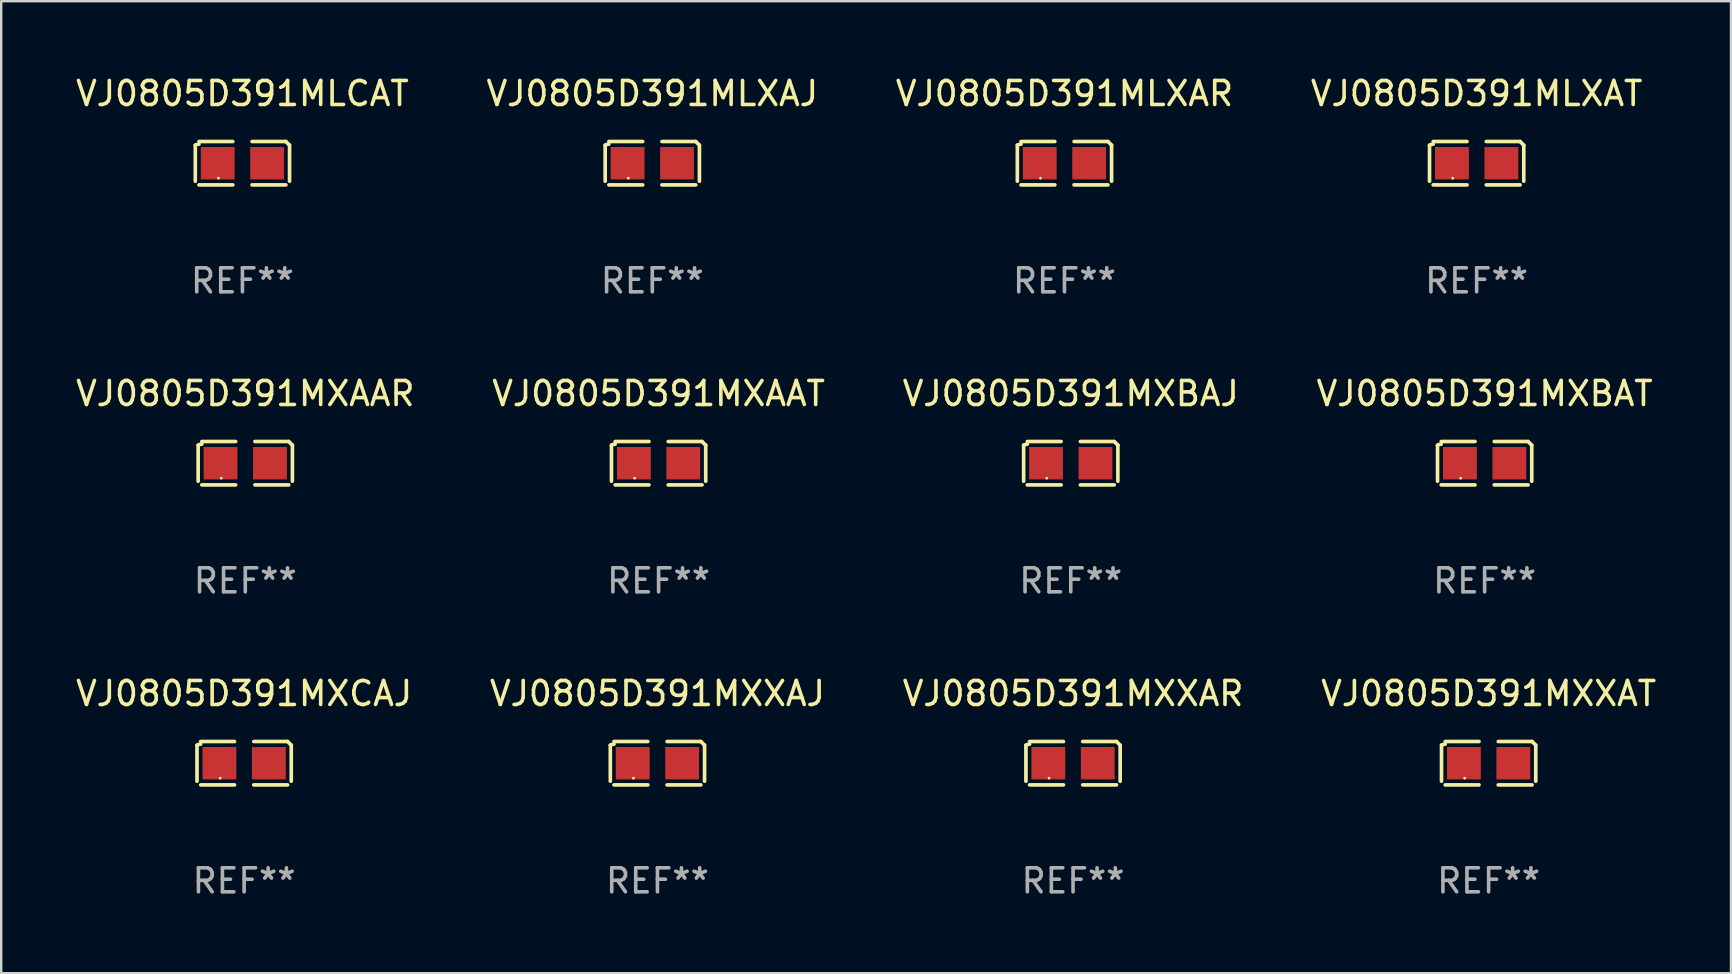
<source format=kicad_pcb>
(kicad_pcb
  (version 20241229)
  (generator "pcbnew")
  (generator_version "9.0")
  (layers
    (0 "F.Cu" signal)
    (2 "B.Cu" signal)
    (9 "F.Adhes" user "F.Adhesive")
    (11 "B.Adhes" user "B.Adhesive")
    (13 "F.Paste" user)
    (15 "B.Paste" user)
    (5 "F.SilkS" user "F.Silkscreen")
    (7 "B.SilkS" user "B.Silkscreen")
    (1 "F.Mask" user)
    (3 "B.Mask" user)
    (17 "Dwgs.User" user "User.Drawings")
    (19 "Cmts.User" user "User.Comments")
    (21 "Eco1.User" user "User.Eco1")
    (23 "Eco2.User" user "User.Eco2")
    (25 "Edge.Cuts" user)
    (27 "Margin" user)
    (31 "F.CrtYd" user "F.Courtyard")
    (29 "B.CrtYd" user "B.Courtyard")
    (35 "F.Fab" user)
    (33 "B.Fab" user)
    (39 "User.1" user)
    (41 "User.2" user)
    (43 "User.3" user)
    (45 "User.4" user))
  (footprint "VJ0805D391MXBAJ"
    (layer "F.Cu")
    (at 41.577 16.256)
    (property "Reference" "VJ0805D391MXBAJ" (at 0 -2.904 0) (layer "F.SilkS") (effects (font (size 1 1) (thickness 0.15))))
    (attr through_hole)
    (fp_line (start -1.964 0.751) (end -1.964 -0.751) (stroke (width 0.152) (type solid)) (layer "F.SilkS"))
    (fp_line (start -1.811 -0.904) (end -0.401 -0.904) (stroke (width 0.152) (type solid)) (layer "F.SilkS"))
    (fp_line (start -0.401 0.904) (end -1.811 0.904) (stroke (width 0.152) (type solid)) (layer "F.SilkS"))
    (fp_line (start 0.401 0.904) (end 1.811 0.904) (stroke (width 0.152) (type solid)) (layer "F.SilkS"))
    (fp_line (start 1.811 -0.904) (end 0.401 -0.904) (stroke (width 0.152) (type solid)) (layer "F.SilkS"))
    (fp_line (start 1.964 0.751) (end 1.964 -0.751) (stroke (width 0.152) (type solid)) (layer "F.SilkS"))
    (fp_arc (start -1.963602 -0.751207) (mid -1.890354 -0.783131) (end -1.811201 -0.794044) (stroke (width 0.1524) (type solid)) (layer "F.SilkS"))
    (fp_arc (start 1.811202 -0.903607) (mid 1.887413 -0.827418) (end 1.963602 -0.751207) (stroke (width 0.1524) (type solid)) (layer "F.SilkS"))
    (fp_circle (center -1 0.625) (end -0.97 0.625) (stroke (width 0.06) (type solid)) (fill no) (layer "F.SilkS"))
    (fp_text user "REF**" (at 0 4.904 0) (layer "F.Fab") (effects (font (size 1 1) (thickness 0.15))))
    (pad "1" smd rect (at -1.03 0) (size 1.41 1.35) (layers "F.Cu" "F.Mask" "F.Paste"))
    (pad "2" smd rect (at 1.03 0) (size 1.41 1.35) (layers "F.Cu" "F.Mask" "F.Paste")))
  (footprint "VJ0805D391MXCAJ"
    (layer "F.Cu")
    (at 7.125 28.759)
    (property "Reference" "VJ0805D391MXCAJ" (at 0 -2.904 0) (layer "F.SilkS") (effects (font (size 1 1) (thickness 0.15))))
    (attr through_hole)
    (fp_line (start -1.964 0.751) (end -1.964 -0.751) (stroke (width 0.152) (type solid)) (layer "F.SilkS"))
    (fp_line (start -1.811 -0.904) (end -0.401 -0.904) (stroke (width 0.152) (type solid)) (layer "F.SilkS"))
    (fp_line (start -0.401 0.904) (end -1.811 0.904) (stroke (width 0.152) (type solid)) (layer "F.SilkS"))
    (fp_line (start 0.401 0.904) (end 1.811 0.904) (stroke (width 0.152) (type solid)) (layer "F.SilkS"))
    (fp_line (start 1.811 -0.904) (end 0.401 -0.904) (stroke (width 0.152) (type solid)) (layer "F.SilkS"))
    (fp_line (start 1.964 0.751) (end 1.964 -0.751) (stroke (width 0.152) (type solid)) (layer "F.SilkS"))
    (fp_arc (start -1.963602 -0.751207) (mid -1.890354 -0.783131) (end -1.811201 -0.794044) (stroke (width 0.1524) (type solid)) (layer "F.SilkS"))
    (fp_arc (start 1.811202 -0.903607) (mid 1.887413 -0.827418) (end 1.963602 -0.751207) (stroke (width 0.1524) (type solid)) (layer "F.SilkS"))
    (fp_circle (center -1 0.625) (end -0.97 0.625) (stroke (width 0.06) (type solid)) (fill no) (layer "F.SilkS"))
    (fp_text user "REF**" (at 0 4.904 0) (layer "F.Fab") (effects (font (size 1 1) (thickness 0.15))))
    (pad "1" smd rect (at -1.03 0) (size 1.41 1.35) (layers "F.Cu" "F.Mask" "F.Paste"))
    (pad "2" smd rect (at 1.03 0) (size 1.41 1.35) (layers "F.Cu" "F.Mask" "F.Paste")))
  (footprint "VJ0805D391MXXAT"
    (layer "F.Cu")
    (at 58.994 28.759)
    (property "Reference" "VJ0805D391MXXAT" (at 0 -2.904 0) (layer "F.SilkS") (effects (font (size 1 1) (thickness 0.15))))
    (attr through_hole)
    (fp_line (start -1.964 0.751) (end -1.964 -0.751) (stroke (width 0.152) (type solid)) (layer "F.SilkS"))
    (fp_line (start -1.811 -0.904) (end -0.401 -0.904) (stroke (width 0.152) (type solid)) (layer "F.SilkS"))
    (fp_line (start -0.401 0.904) (end -1.811 0.904) (stroke (width 0.152) (type solid)) (layer "F.SilkS"))
    (fp_line (start 0.401 0.904) (end 1.811 0.904) (stroke (width 0.152) (type solid)) (layer "F.SilkS"))
    (fp_line (start 1.811 -0.904) (end 0.401 -0.904) (stroke (width 0.152) (type solid)) (layer "F.SilkS"))
    (fp_line (start 1.964 0.751) (end 1.964 -0.751) (stroke (width 0.152) (type solid)) (layer "F.SilkS"))
    (fp_arc (start -1.963602 -0.751207) (mid -1.890354 -0.783131) (end -1.811201 -0.794044) (stroke (width 0.1524) (type solid)) (layer "F.SilkS"))
    (fp_arc (start 1.811202 -0.903607) (mid 1.887413 -0.827418) (end 1.963602 -0.751207) (stroke (width 0.1524) (type solid)) (layer "F.SilkS"))
    (fp_circle (center -1 0.625) (end -0.97 0.625) (stroke (width 0.06) (type solid)) (fill no) (layer "F.SilkS"))
    (fp_text user "REF**" (at 0 4.904 0) (layer "F.Fab") (effects (font (size 1 1) (thickness 0.15))))
    (pad "1" smd rect (at -1.03 0) (size 1.41 1.35) (layers "F.Cu" "F.Mask" "F.Paste"))
    (pad "2" smd rect (at 1.03 0) (size 1.41 1.35) (layers "F.Cu" "F.Mask" "F.Paste")))
  (footprint "VJ0805D391MXXAJ"
    (layer "F.Cu")
    (at 24.351 28.759)
    (property "Reference" "VJ0805D391MXXAJ" (at 0 -2.904 0) (layer "F.SilkS") (effects (font (size 1 1) (thickness 0.15))))
    (attr through_hole)
    (fp_line (start -1.964 0.751) (end -1.964 -0.751) (stroke (width 0.152) (type solid)) (layer "F.SilkS"))
    (fp_line (start -1.811 -0.904) (end -0.401 -0.904) (stroke (width 0.152) (type solid)) (layer "F.SilkS"))
    (fp_line (start -0.401 0.904) (end -1.811 0.904) (stroke (width 0.152) (type solid)) (layer "F.SilkS"))
    (fp_line (start 0.401 0.904) (end 1.811 0.904) (stroke (width 0.152) (type solid)) (layer "F.SilkS"))
    (fp_line (start 1.811 -0.904) (end 0.401 -0.904) (stroke (width 0.152) (type solid)) (layer "F.SilkS"))
    (fp_line (start 1.964 0.751) (end 1.964 -0.751) (stroke (width 0.152) (type solid)) (layer "F.SilkS"))
    (fp_arc (start -1.963602 -0.751207) (mid -1.890354 -0.783131) (end -1.811201 -0.794044) (stroke (width 0.1524) (type solid)) (layer "F.SilkS"))
    (fp_arc (start 1.811202 -0.903607) (mid 1.887413 -0.827418) (end 1.963602 -0.751207) (stroke (width 0.1524) (type solid)) (layer "F.SilkS"))
    (fp_circle (center -1 0.625) (end -0.97 0.625) (stroke (width 0.06) (type solid)) (fill no) (layer "F.SilkS"))
    (fp_text user "REF**" (at 0 4.904 0) (layer "F.Fab") (effects (font (size 1 1) (thickness 0.15))))
    (pad "1" smd rect (at -1.03 0) (size 1.41 1.35) (layers "F.Cu" "F.Mask" "F.Paste"))
    (pad "2" smd rect (at 1.03 0) (size 1.41 1.35) (layers "F.Cu" "F.Mask" "F.Paste")))
  (footprint "VJ0805D391MLXAR"
    (layer "F.Cu")
    (at 41.315 3.752)
    (property "Reference" "VJ0805D391MLXAR" (at 0 -2.904 0) (layer "F.SilkS") (effects (font (size 1 1) (thickness 0.15))))
    (attr through_hole)
    (fp_line (start -1.964 0.751) (end -1.964 -0.751) (stroke (width 0.152) (type solid)) (layer "F.SilkS"))
    (fp_line (start -1.811 -0.904) (end -0.401 -0.904) (stroke (width 0.152) (type solid)) (layer "F.SilkS"))
    (fp_line (start -0.401 0.904) (end -1.811 0.904) (stroke (width 0.152) (type solid)) (layer "F.SilkS"))
    (fp_line (start 0.401 0.904) (end 1.811 0.904) (stroke (width 0.152) (type solid)) (layer "F.SilkS"))
    (fp_line (start 1.811 -0.904) (end 0.401 -0.904) (stroke (width 0.152) (type solid)) (layer "F.SilkS"))
    (fp_line (start 1.964 0.751) (end 1.964 -0.751) (stroke (width 0.152) (type solid)) (layer "F.SilkS"))
    (fp_arc (start -1.963602 -0.751207) (mid -1.890354 -0.783131) (end -1.811201 -0.794044) (stroke (width 0.1524) (type solid)) (layer "F.SilkS"))
    (fp_arc (start 1.811202 -0.903607) (mid 1.887413 -0.827418) (end 1.963602 -0.751207) (stroke (width 0.1524) (type solid)) (layer "F.SilkS"))
    (fp_circle (center -1 0.625) (end -0.97 0.625) (stroke (width 0.06) (type solid)) (fill no) (layer "F.SilkS"))
    (fp_text user "REF**" (at 0 4.904 0) (layer "F.Fab") (effects (font (size 1 1) (thickness 0.15))))
    (pad "1" smd rect (at -1.03 0) (size 1.41 1.35) (layers "F.Cu" "F.Mask" "F.Paste"))
    (pad "2" smd rect (at 1.03 0) (size 1.41 1.35) (layers "F.Cu" "F.Mask" "F.Paste")))
  (footprint "VJ0805D391MLCAT"
    (layer "F.Cu")
    (at 7.054 3.752)
    (property "Reference" "VJ0805D391MLCAT" (at 0 -2.904 0) (layer "F.SilkS") (effects (font (size 1 1) (thickness 0.15))))
    (attr through_hole)
    (fp_line (start -1.964 0.751) (end -1.964 -0.751) (stroke (width 0.152) (type solid)) (layer "F.SilkS"))
    (fp_line (start -1.811 -0.904) (end -0.401 -0.904) (stroke (width 0.152) (type solid)) (layer "F.SilkS"))
    (fp_line (start -0.401 0.904) (end -1.811 0.904) (stroke (width 0.152) (type solid)) (layer "F.SilkS"))
    (fp_line (start 0.401 0.904) (end 1.811 0.904) (stroke (width 0.152) (type solid)) (layer "F.SilkS"))
    (fp_line (start 1.811 -0.904) (end 0.401 -0.904) (stroke (width 0.152) (type solid)) (layer "F.SilkS"))
    (fp_line (start 1.964 0.751) (end 1.964 -0.751) (stroke (width 0.152) (type solid)) (layer "F.SilkS"))
    (fp_arc (start -1.963602 -0.751207) (mid -1.890354 -0.783131) (end -1.811201 -0.794044) (stroke (width 0.1524) (type solid)) (layer "F.SilkS"))
    (fp_arc (start 1.811202 -0.903607) (mid 1.887413 -0.827418) (end 1.963602 -0.751207) (stroke (width 0.1524) (type solid)) (layer "F.SilkS"))
    (fp_circle (center -1 0.625) (end -0.97 0.625) (stroke (width 0.06) (type solid)) (fill no) (layer "F.SilkS"))
    (fp_text user "REF**" (at 0 4.904 0) (layer "F.Fab") (effects (font (size 1 1) (thickness 0.15))))
    (pad "1" smd rect (at -1.03 0) (size 1.41 1.35) (layers "F.Cu" "F.Mask" "F.Paste"))
    (pad "2" smd rect (at 1.03 0) (size 1.41 1.35) (layers "F.Cu" "F.Mask" "F.Paste")))
  (footprint "VJ0805D391MXAAT"
    (layer "F.Cu")
    (at 24.399 16.256)
    (property "Reference" "VJ0805D391MXAAT" (at 0 -2.904 0) (layer "F.SilkS") (effects (font (size 1 1) (thickness 0.15))))
    (attr through_hole)
    (fp_line (start -1.964 0.751) (end -1.964 -0.751) (stroke (width 0.152) (type solid)) (layer "F.SilkS"))
    (fp_line (start -1.811 -0.904) (end -0.401 -0.904) (stroke (width 0.152) (type solid)) (layer "F.SilkS"))
    (fp_line (start -0.401 0.904) (end -1.811 0.904) (stroke (width 0.152) (type solid)) (layer "F.SilkS"))
    (fp_line (start 0.401 0.904) (end 1.811 0.904) (stroke (width 0.152) (type solid)) (layer "F.SilkS"))
    (fp_line (start 1.811 -0.904) (end 0.401 -0.904) (stroke (width 0.152) (type solid)) (layer "F.SilkS"))
    (fp_line (start 1.964 0.751) (end 1.964 -0.751) (stroke (width 0.152) (type solid)) (layer "F.SilkS"))
    (fp_arc (start -1.963602 -0.751207) (mid -1.890354 -0.783131) (end -1.811201 -0.794044) (stroke (width 0.1524) (type solid)) (layer "F.SilkS"))
    (fp_arc (start 1.811202 -0.903607) (mid 1.887413 -0.827418) (end 1.963602 -0.751207) (stroke (width 0.1524) (type solid)) (layer "F.SilkS"))
    (fp_circle (center -1 0.625) (end -0.97 0.625) (stroke (width 0.06) (type solid)) (fill no) (layer "F.SilkS"))
    (fp_text user "REF**" (at 0 4.904 0) (layer "F.Fab") (effects (font (size 1 1) (thickness 0.15))))
    (pad "1" smd rect (at -1.03 0) (size 1.41 1.35) (layers "F.Cu" "F.Mask" "F.Paste"))
    (pad "2" smd rect (at 1.03 0) (size 1.41 1.35) (layers "F.Cu" "F.Mask" "F.Paste")))
  (footprint "VJ0805D391MLXAT"
    (layer "F.Cu")
    (at 58.494 3.752)
    (property "Reference" "VJ0805D391MLXAT" (at 0 -2.904 0) (layer "F.SilkS") (effects (font (size 1 1) (thickness 0.15))))
    (attr through_hole)
    (fp_line (start -1.964 0.751) (end -1.964 -0.751) (stroke (width 0.152) (type solid)) (layer "F.SilkS"))
    (fp_line (start -1.811 -0.904) (end -0.401 -0.904) (stroke (width 0.152) (type solid)) (layer "F.SilkS"))
    (fp_line (start -0.401 0.904) (end -1.811 0.904) (stroke (width 0.152) (type solid)) (layer "F.SilkS"))
    (fp_line (start 0.401 0.904) (end 1.811 0.904) (stroke (width 0.152) (type solid)) (layer "F.SilkS"))
    (fp_line (start 1.811 -0.904) (end 0.401 -0.904) (stroke (width 0.152) (type solid)) (layer "F.SilkS"))
    (fp_line (start 1.964 0.751) (end 1.964 -0.751) (stroke (width 0.152) (type solid)) (layer "F.SilkS"))
    (fp_arc (start -1.963602 -0.751207) (mid -1.890354 -0.783131) (end -1.811201 -0.794044) (stroke (width 0.1524) (type solid)) (layer "F.SilkS"))
    (fp_arc (start 1.811202 -0.903607) (mid 1.887413 -0.827418) (end 1.963602 -0.751207) (stroke (width 0.1524) (type solid)) (layer "F.SilkS"))
    (fp_circle (center -1 0.625) (end -0.97 0.625) (stroke (width 0.06) (type solid)) (fill no) (layer "F.SilkS"))
    (fp_text user "REF**" (at 0 4.904 0) (layer "F.Fab") (effects (font (size 1 1) (thickness 0.15))))
    (pad "1" smd rect (at -1.03 0) (size 1.41 1.35) (layers "F.Cu" "F.Mask" "F.Paste"))
    (pad "2" smd rect (at 1.03 0) (size 1.41 1.35) (layers "F.Cu" "F.Mask" "F.Paste")))
  (footprint "VJ0805D391MLXAJ"
    (layer "F.Cu")
    (at 24.137 3.752)
    (property "Reference" "VJ0805D391MLXAJ" (at 0 -2.904 0) (layer "F.SilkS") (effects (font (size 1 1) (thickness 0.15))))
    (attr through_hole)
    (fp_line (start -1.964 0.751) (end -1.964 -0.751) (stroke (width 0.152) (type solid)) (layer "F.SilkS"))
    (fp_line (start -1.811 -0.904) (end -0.401 -0.904) (stroke (width 0.152) (type solid)) (layer "F.SilkS"))
    (fp_line (start -0.401 0.904) (end -1.811 0.904) (stroke (width 0.152) (type solid)) (layer "F.SilkS"))
    (fp_line (start 0.401 0.904) (end 1.811 0.904) (stroke (width 0.152) (type solid)) (layer "F.SilkS"))
    (fp_line (start 1.811 -0.904) (end 0.401 -0.904) (stroke (width 0.152) (type solid)) (layer "F.SilkS"))
    (fp_line (start 1.964 0.751) (end 1.964 -0.751) (stroke (width 0.152) (type solid)) (layer "F.SilkS"))
    (fp_arc (start -1.963602 -0.751207) (mid -1.890354 -0.783131) (end -1.811201 -0.794044) (stroke (width 0.1524) (type solid)) (layer "F.SilkS"))
    (fp_arc (start 1.811202 -0.903607) (mid 1.887413 -0.827418) (end 1.963602 -0.751207) (stroke (width 0.1524) (type solid)) (layer "F.SilkS"))
    (fp_circle (center -1 0.625) (end -0.97 0.625) (stroke (width 0.06) (type solid)) (fill no) (layer "F.SilkS"))
    (fp_text user "REF**" (at 0 4.904 0) (layer "F.Fab") (effects (font (size 1 1) (thickness 0.15))))
    (pad "1" smd rect (at -1.03 0) (size 1.41 1.35) (layers "F.Cu" "F.Mask" "F.Paste"))
    (pad "2" smd rect (at 1.03 0) (size 1.41 1.35) (layers "F.Cu" "F.Mask" "F.Paste")))
  (footprint "VJ0805D391MXXAR"
    (layer "F.Cu")
    (at 41.673 28.759)
    (property "Reference" "VJ0805D391MXXAR" (at 0 -2.904 0) (layer "F.SilkS") (effects (font (size 1 1) (thickness 0.15))))
    (attr through_hole)
    (fp_line (start -1.964 0.751) (end -1.964 -0.751) (stroke (width 0.152) (type solid)) (layer "F.SilkS"))
    (fp_line (start -1.811 -0.904) (end -0.401 -0.904) (stroke (width 0.152) (type solid)) (layer "F.SilkS"))
    (fp_line (start -0.401 0.904) (end -1.811 0.904) (stroke (width 0.152) (type solid)) (layer "F.SilkS"))
    (fp_line (start 0.401 0.904) (end 1.811 0.904) (stroke (width 0.152) (type solid)) (layer "F.SilkS"))
    (fp_line (start 1.811 -0.904) (end 0.401 -0.904) (stroke (width 0.152) (type solid)) (layer "F.SilkS"))
    (fp_line (start 1.964 0.751) (end 1.964 -0.751) (stroke (width 0.152) (type solid)) (layer "F.SilkS"))
    (fp_arc (start -1.963602 -0.751207) (mid -1.890354 -0.783131) (end -1.811201 -0.794044) (stroke (width 0.1524) (type solid)) (layer "F.SilkS"))
    (fp_arc (start 1.811202 -0.903607) (mid 1.887413 -0.827418) (end 1.963602 -0.751207) (stroke (width 0.1524) (type solid)) (layer "F.SilkS"))
    (fp_circle (center -1 0.625) (end -0.97 0.625) (stroke (width 0.06) (type solid)) (fill no) (layer "F.SilkS"))
    (fp_text user "REF**" (at 0 4.904 0) (layer "F.Fab") (effects (font (size 1 1) (thickness 0.15))))
    (pad "1" smd rect (at -1.03 0) (size 1.41 1.35) (layers "F.Cu" "F.Mask" "F.Paste"))
    (pad "2" smd rect (at 1.03 0) (size 1.41 1.35) (layers "F.Cu" "F.Mask" "F.Paste")))
  (footprint "VJ0805D391MXAAR"
    (layer "F.Cu")
    (at 7.173 16.256)
    (property "Reference" "VJ0805D391MXAAR" (at 0 -2.904 0) (layer "F.SilkS") (effects (font (size 1 1) (thickness 0.15))))
    (attr through_hole)
    (fp_line (start -1.964 0.751) (end -1.964 -0.751) (stroke (width 0.152) (type solid)) (layer "F.SilkS"))
    (fp_line (start -1.811 -0.904) (end -0.401 -0.904) (stroke (width 0.152) (type solid)) (layer "F.SilkS"))
    (fp_line (start -0.401 0.904) (end -1.811 0.904) (stroke (width 0.152) (type solid)) (layer "F.SilkS"))
    (fp_line (start 0.401 0.904) (end 1.811 0.904) (stroke (width 0.152) (type solid)) (layer "F.SilkS"))
    (fp_line (start 1.811 -0.904) (end 0.401 -0.904) (stroke (width 0.152) (type solid)) (layer "F.SilkS"))
    (fp_line (start 1.964 0.751) (end 1.964 -0.751) (stroke (width 0.152) (type solid)) (layer "F.SilkS"))
    (fp_arc (start -1.963602 -0.751207) (mid -1.890354 -0.783131) (end -1.811201 -0.794044) (stroke (width 0.1524) (type solid)) (layer "F.SilkS"))
    (fp_arc (start 1.811202 -0.903607) (mid 1.887413 -0.827418) (end 1.963602 -0.751207) (stroke (width 0.1524) (type solid)) (layer "F.SilkS"))
    (fp_circle (center -1 0.625) (end -0.97 0.625) (stroke (width 0.06) (type solid)) (fill no) (layer "F.SilkS"))
    (fp_text user "REF**" (at 0 4.904 0) (layer "F.Fab") (effects (font (size 1 1) (thickness 0.15))))
    (pad "1" smd rect (at -1.03 0) (size 1.41 1.35) (layers "F.Cu" "F.Mask" "F.Paste"))
    (pad "2" smd rect (at 1.03 0) (size 1.41 1.35) (layers "F.Cu" "F.Mask" "F.Paste")))
  (footprint "VJ0805D391MXBAT"
    (layer "F.Cu")
    (at 58.827 16.256)
    (property "Reference" "VJ0805D391MXBAT" (at 0 -2.904 0) (layer "F.SilkS") (effects (font (size 1 1) (thickness 0.15))))
    (attr through_hole)
    (fp_line (start -1.964 0.751) (end -1.964 -0.751) (stroke (width 0.152) (type solid)) (layer "F.SilkS"))
    (fp_line (start -1.811 -0.904) (end -0.401 -0.904) (stroke (width 0.152) (type solid)) (layer "F.SilkS"))
    (fp_line (start -0.401 0.904) (end -1.811 0.904) (stroke (width 0.152) (type solid)) (layer "F.SilkS"))
    (fp_line (start 0.401 0.904) (end 1.811 0.904) (stroke (width 0.152) (type solid)) (layer "F.SilkS"))
    (fp_line (start 1.811 -0.904) (end 0.401 -0.904) (stroke (width 0.152) (type solid)) (layer "F.SilkS"))
    (fp_line (start 1.964 0.751) (end 1.964 -0.751) (stroke (width 0.152) (type solid)) (layer "F.SilkS"))
    (fp_arc (start -1.963602 -0.751207) (mid -1.890354 -0.783131) (end -1.811201 -0.794044) (stroke (width 0.1524) (type solid)) (layer "F.SilkS"))
    (fp_arc (start 1.811202 -0.903607) (mid 1.887413 -0.827418) (end 1.963602 -0.751207) (stroke (width 0.1524) (type solid)) (layer "F.SilkS"))
    (fp_circle (center -1 0.625) (end -0.97 0.625) (stroke (width 0.06) (type solid)) (fill no) (layer "F.SilkS"))
    (fp_text user "REF**" (at 0 4.904 0) (layer "F.Fab") (effects (font (size 1 1) (thickness 0.15))))
    (pad "1" smd rect (at -1.03 0) (size 1.41 1.35) (layers "F.Cu" "F.Mask" "F.Paste"))
    (pad "2" smd rect (at 1.03 0) (size 1.41 1.35) (layers "F.Cu" "F.Mask" "F.Paste")))
  (gr_rect
    (start -3 -3)
    (end 69.095 37.511)
    (stroke (width 0.1) (type default))
    (fill no)
    (layer "Edge.Cuts")))
</source>
